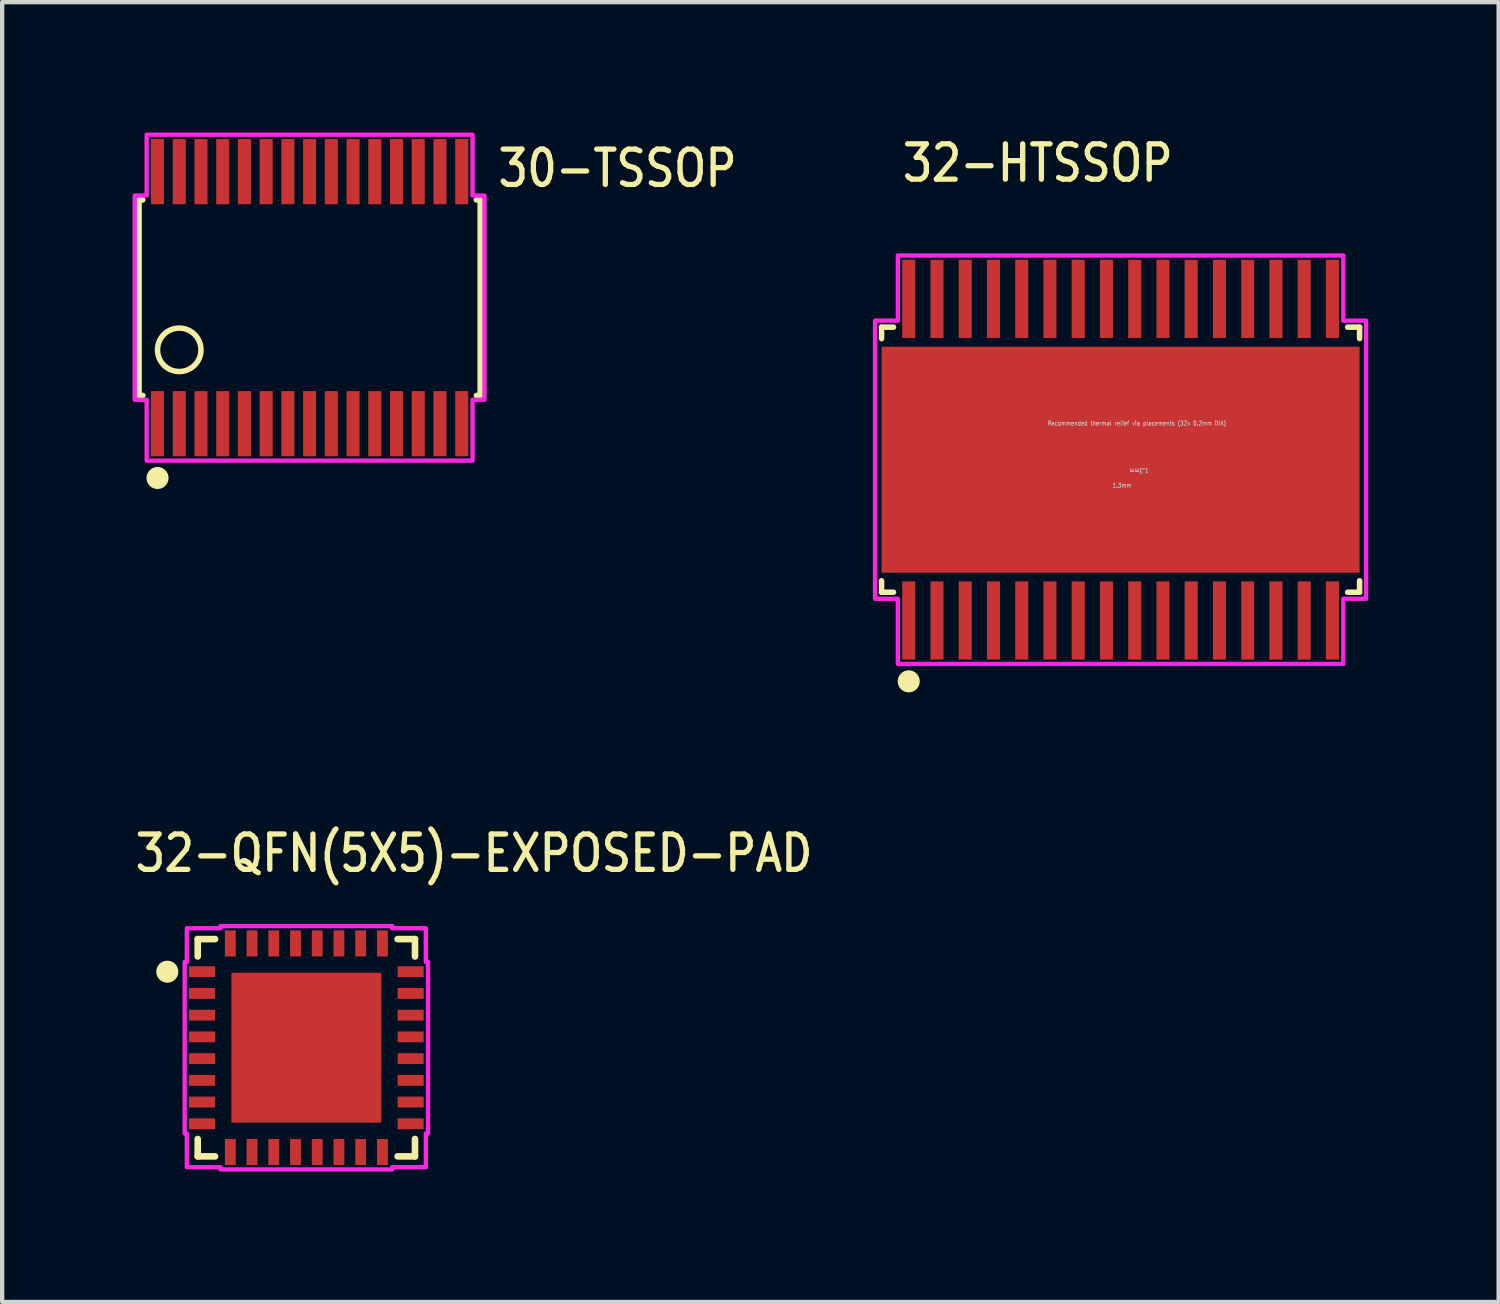
<source format=kicad_pcb>
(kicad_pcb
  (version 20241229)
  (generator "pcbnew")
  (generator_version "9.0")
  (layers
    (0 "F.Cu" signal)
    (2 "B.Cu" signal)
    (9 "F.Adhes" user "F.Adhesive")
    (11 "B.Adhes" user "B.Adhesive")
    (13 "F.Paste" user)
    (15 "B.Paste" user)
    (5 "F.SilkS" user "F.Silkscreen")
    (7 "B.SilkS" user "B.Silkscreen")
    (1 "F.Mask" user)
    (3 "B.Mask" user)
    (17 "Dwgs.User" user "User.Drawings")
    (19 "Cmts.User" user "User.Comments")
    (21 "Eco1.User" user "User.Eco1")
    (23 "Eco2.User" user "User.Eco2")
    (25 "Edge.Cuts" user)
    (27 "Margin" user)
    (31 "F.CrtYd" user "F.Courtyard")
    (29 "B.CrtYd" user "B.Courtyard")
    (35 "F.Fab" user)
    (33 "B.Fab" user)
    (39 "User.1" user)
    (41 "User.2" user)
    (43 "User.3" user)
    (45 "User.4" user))
  (footprint "32-HTSSOP"
    (layer "F.Cu")
    (at 22.737 7.529)
    (property "Reference" "32-HTSSOP" (at -5.08 -6.35 0) (unlocked yes) (layer "F.SilkS") (effects (font (size 0.813 0.695) (thickness 0.122)) (justify left bottom)))
    (fp_poly (pts (xy -2.18 -2.055) (xy 2.18 -2.055) (xy 2.18 2.055) (xy -2.18 2.055)) (stroke (width 0) (type solid)) (fill yes) (layer "F.Mask"))
    (fp_line (start -5.5 -3.05) (end -5.5 -2.787) (stroke (width 0.127) (type solid)) (layer "F.SilkS"))
    (fp_line (start -5.5 2.787) (end -5.5 3.05) (stroke (width 0.127) (type solid)) (layer "F.SilkS"))
    (fp_line (start -5.5 3.05) (end -5.225 3.05) (stroke (width 0.127) (type solid)) (layer "F.SilkS"))
    (fp_line (start -5.225 -3.05) (end -5.5 -3.05) (stroke (width 0.127) (type solid)) (layer "F.SilkS"))
    (fp_line (start 5.225 3.05) (end 5.5 3.05) (stroke (width 0.127) (type solid)) (layer "F.SilkS"))
    (fp_line (start 5.5 -3.05) (end 5.225 -3.05) (stroke (width 0.127) (type solid)) (layer "F.SilkS"))
    (fp_line (start 5.5 -2.787) (end 5.5 -3.05) (stroke (width 0.127) (type solid)) (layer "F.SilkS"))
    (fp_line (start 5.5 3.05) (end 5.5 2.787) (stroke (width 0.127) (type solid)) (layer "F.SilkS"))
    (fp_circle (center -4.875 5.1) (end -4.621 5.1) (stroke (width 0) (type solid)) (fill yes) (layer "F.SilkS"))
    (fp_poly (pts (xy -2.455 -2.315) (xy 2.455 -2.315) (xy 2.455 2.315) (xy -2.455 2.315)) (stroke (width 0) (type solid)) (fill yes) (layer "F.Paste"))
    (fp_line (start -0.65 0.65) (end -0.52 0.52) (stroke (width 0.000009) (type solid)) (layer "Dwgs.User"))
    (fp_line (start -0.65 0.65) (end -0.52 0.78) (stroke (width 0.000009) (type solid)) (layer "Dwgs.User"))
    (fp_line (start -0.65 0.65) (end 0.65 0.65) (stroke (width 0.000009) (type solid)) (layer "Dwgs.User"))
    (fp_line (start 0.65 -0.65) (end 0.52 -0.52) (stroke (width 0.000009) (type solid)) (layer "Dwgs.User"))
    (fp_line (start 0.65 -0.65) (end 0.65 0.65) (stroke (width 0.000009) (type solid)) (layer "Dwgs.User"))
    (fp_line (start 0.65 -0.65) (end 0.78 -0.52) (stroke (width 0.000009) (type solid)) (layer "Dwgs.User"))
    (fp_line (start 0.65 0.65) (end 0.52 0.52) (stroke (width 0.000009) (type solid)) (layer "Dwgs.User"))
    (fp_line (start 0.65 0.65) (end 0.52 0.78) (stroke (width 0.000009) (type solid)) (layer "Dwgs.User"))
    (fp_line (start 0.65 0.65) (end 0.78 0.52) (stroke (width 0.000009) (type solid)) (layer "Dwgs.User"))
    (fp_circle (center -4.55 -1.95) (end -4.45 -1.95) (stroke (width 0.000009) (type solid)) (fill no) (layer "Dwgs.User"))
    (fp_circle (center -4.55 -0.65) (end -4.45 -0.65) (stroke (width 0.000009) (type solid)) (fill no) (layer "Dwgs.User"))
    (fp_circle (center -4.55 0.65) (end -4.45 0.65) (stroke (width 0.000009) (type solid)) (fill no) (layer "Dwgs.User"))
    (fp_circle (center -4.55 1.95) (end -4.45 1.95) (stroke (width 0.000009) (type solid)) (fill no) (layer "Dwgs.User"))
    (fp_circle (center -3.25 -1.95) (end -3.15 -1.95) (stroke (width 0.000009) (type solid)) (fill no) (layer "Dwgs.User"))
    (fp_circle (center -3.25 -0.65) (end -3.15 -0.65) (stroke (width 0.000009) (type solid)) (fill no) (layer "Dwgs.User"))
    (fp_circle (center -3.25 0.65) (end -3.15 0.65) (stroke (width 0.000009) (type solid)) (fill no) (layer "Dwgs.User"))
    (fp_circle (center -3.25 1.95) (end -3.15 1.95) (stroke (width 0.000009) (type solid)) (fill no) (layer "Dwgs.User"))
    (fp_circle (center -1.95 -1.95) (end -1.85 -1.95) (stroke (width 0.000009) (type solid)) (fill no) (layer "Dwgs.User"))
    (fp_circle (center -1.95 -0.65) (end -1.85 -0.65) (stroke (width 0.000009) (type solid)) (fill no) (layer "Dwgs.User"))
    (fp_circle (center -1.95 0.65) (end -1.85 0.65) (stroke (width 0.000009) (type solid)) (fill no) (layer "Dwgs.User"))
    (fp_circle (center -1.95 1.95) (end -1.85 1.95) (stroke (width 0.000009) (type solid)) (fill no) (layer "Dwgs.User"))
    (fp_circle (center -0.65 -1.95) (end -0.55 -1.95) (stroke (width 0.000009) (type solid)) (fill no) (layer "Dwgs.User"))
    (fp_circle (center -0.65 -0.65) (end -0.55 -0.65) (stroke (width 0.000009) (type solid)) (fill no) (layer "Dwgs.User"))
    (fp_circle (center -0.65 0.65) (end -0.55 0.65) (stroke (width 0.000009) (type solid)) (fill no) (layer "Dwgs.User"))
    (fp_circle (center -0.65 1.95) (end -0.55 1.95) (stroke (width 0.000009) (type solid)) (fill no) (layer "Dwgs.User"))
    (fp_circle (center 0.65 -1.95) (end 0.75 -1.95) (stroke (width 0.000009) (type solid)) (fill no) (layer "Dwgs.User"))
    (fp_circle (center 0.65 -0.65) (end 0.75 -0.65) (stroke (width 0.000009) (type solid)) (fill no) (layer "Dwgs.User"))
    (fp_circle (center 0.65 0.65) (end 0.75 0.65) (stroke (width 0.000009) (type solid)) (fill no) (layer "Dwgs.User"))
    (fp_circle (center 0.65 1.95) (end 0.75 1.95) (stroke (width 0.000009) (type solid)) (fill no) (layer "Dwgs.User"))
    (fp_circle (center 1.95 -1.95) (end 2.05 -1.95) (stroke (width 0.000009) (type solid)) (fill no) (layer "Dwgs.User"))
    (fp_circle (center 1.95 -0.65) (end 2.05 -0.65) (stroke (width 0.000009) (type solid)) (fill no) (layer "Dwgs.User"))
    (fp_circle (center 1.95 0.65) (end 2.05 0.65) (stroke (width 0.000009) (type solid)) (fill no) (layer "Dwgs.User"))
    (fp_circle (center 1.95 1.95) (end 2.05 1.95) (stroke (width 0.000009) (type solid)) (fill no) (layer "Dwgs.User"))
    (fp_circle (center 3.25 -1.95) (end 3.35 -1.95) (stroke (width 0.000009) (type solid)) (fill no) (layer "Dwgs.User"))
    (fp_circle (center 3.25 -0.65) (end 3.35 -0.65) (stroke (width 0.000009) (type solid)) (fill no) (layer "Dwgs.User"))
    (fp_circle (center 3.25 0.65) (end 3.35 0.65) (stroke (width 0.000009) (type solid)) (fill no) (layer "Dwgs.User"))
    (fp_circle (center 3.25 1.95) (end 3.35 1.95) (stroke (width 0.000009) (type solid)) (fill no) (layer "Dwgs.User"))
    (fp_circle (center 4.55 -1.95) (end 4.65 -1.95) (stroke (width 0.000009) (type solid)) (fill no) (layer "Dwgs.User"))
    (fp_circle (center 4.55 -0.65) (end 4.65 -0.65) (stroke (width 0.000009) (type solid)) (fill no) (layer "Dwgs.User"))
    (fp_circle (center 4.55 0.65) (end 4.65 0.65) (stroke (width 0.000009) (type solid)) (fill no) (layer "Dwgs.User"))
    (fp_circle (center 4.55 1.95) (end 4.65 1.95) (stroke (width 0.000009) (type solid)) (fill no) (layer "Dwgs.User"))
    (fp_poly (pts (xy -5.65 -3.2) (xy -5.65 3.2) (xy -5.125 3.2) (xy -5.125 4.7) (xy 5.125 4.7) (xy 5.125 3.2) (xy 5.65 3.2) (xy 5.65 -3.2) (xy 5.125 -3.2) (xy 5.125 -4.7) (xy -5.125 -4.7) (xy -5.125 -3.2)) (stroke (width 0.1) (type solid)) (fill no) (layer "F.CrtYd"))
    (fp_text user "1.3mm" (at -0.195 0.65 0) (unlocked yes) (layer "Dwgs.User") (effects (font (size 0.1 0.086) (thickness 0.015)) (justify left bottom)))
    (fp_text user "Recommended thermal relief via placements (32x 0.2mm DIA)" (at -1.69 -0.78 0) (unlocked yes) (layer "Dwgs.User") (effects (font (size 0.1 0.086) (thickness 0.015)) (justify left bottom)))
    (fp_text user "1.3mm" (at 0.65 0.195 180) (unlocked yes) (layer "Dwgs.User") (effects (font (size 0.1 0.086) (thickness 0.015)) (justify left bottom)))
    (pad "1" smd rect (at -4.875 3.7) (size 0.3 1.8) (layers "F.Cu" "F.Mask" "F.Paste"))
    (pad "2" smd rect (at -4.225 3.7) (size 0.3 1.8) (layers "F.Cu" "F.Mask" "F.Paste"))
    (pad "3" smd rect (at -3.575 3.7) (size 0.3 1.8) (layers "F.Cu" "F.Mask" "F.Paste"))
    (pad "4" smd rect (at -2.925 3.7) (size 0.3 1.8) (layers "F.Cu" "F.Mask" "F.Paste"))
    (pad "5" smd rect (at -2.275 3.7) (size 0.3 1.8) (layers "F.Cu" "F.Mask" "F.Paste"))
    (pad "6" smd rect (at -1.625 3.7) (size 0.3 1.8) (layers "F.Cu" "F.Mask" "F.Paste"))
    (pad "7" smd rect (at -0.975 3.7 180) (size 0.3 1.8) (layers "F.Cu" "F.Mask" "F.Paste"))
    (pad "8" smd rect (at -0.325 3.7) (size 0.3 1.8) (layers "F.Cu" "F.Mask" "F.Paste"))
    (pad "9" smd rect (at 0.325 3.7) (size 0.3 1.8) (layers "F.Cu" "F.Mask" "F.Paste"))
    (pad "10" smd rect (at 0.975 3.7) (size 0.3 1.8) (layers "F.Cu" "F.Mask" "F.Paste"))
    (pad "11" smd rect (at 1.625 3.7) (size 0.3 1.8) (layers "F.Cu" "F.Mask" "F.Paste"))
    (pad "12" smd rect (at 2.275 3.7) (size 0.3 1.8) (layers "F.Cu" "F.Mask" "F.Paste"))
    (pad "13" smd rect (at 2.925 3.7) (size 0.3 1.8) (layers "F.Cu" "F.Mask" "F.Paste"))
    (pad "14" smd rect (at 3.575 3.7) (size 0.3 1.8) (layers "F.Cu" "F.Mask" "F.Paste"))
    (pad "15" smd rect (at 4.225 3.7) (size 0.3 1.8) (layers "F.Cu" "F.Mask" "F.Paste"))
    (pad "16" smd rect (at 4.875 3.7) (size 0.3 1.8) (layers "F.Cu" "F.Mask" "F.Paste"))
    (pad "17" smd rect (at 4.875 -3.7) (size 0.3 1.8) (layers "F.Cu" "F.Mask" "F.Paste"))
    (pad "18" smd rect (at 4.225 -3.7) (size 0.3 1.8) (layers "F.Cu" "F.Mask" "F.Paste"))
    (pad "19" smd rect (at 3.575 -3.7) (size 0.3 1.8) (layers "F.Cu" "F.Mask" "F.Paste"))
    (pad "20" smd rect (at 2.925 -3.7) (size 0.3 1.8) (layers "F.Cu" "F.Mask" "F.Paste"))
    (pad "21" smd rect (at 2.275 -3.7) (size 0.3 1.8) (layers "F.Cu" "F.Mask" "F.Paste"))
    (pad "22" smd rect (at 1.625 -3.7) (size 0.3 1.8) (layers "F.Cu" "F.Mask" "F.Paste"))
    (pad "23" smd rect (at 0.975 -3.7) (size 0.3 1.8) (layers "F.Cu" "F.Mask" "F.Paste"))
    (pad "24" smd rect (at 0.325 -3.7) (size 0.3 1.8) (layers "F.Cu" "F.Mask" "F.Paste"))
    (pad "25" smd rect (at -0.325 -3.7) (size 0.3 1.8) (layers "F.Cu" "F.Mask" "F.Paste"))
    (pad "26" smd rect (at -0.975 -3.7) (size 0.3 1.8) (layers "F.Cu" "F.Mask" "F.Paste"))
    (pad "27" smd rect (at -1.625 -3.7) (size 0.3 1.8) (layers "F.Cu" "F.Mask" "F.Paste"))
    (pad "28" smd rect (at -2.275 -3.7) (size 0.3 1.8) (layers "F.Cu" "F.Mask" "F.Paste"))
    (pad "29" smd rect (at -2.925 -3.7) (size 0.3 1.8) (layers "F.Cu" "F.Mask" "F.Paste"))
    (pad "30" smd rect (at -3.575 -3.7) (size 0.3 1.8) (layers "F.Cu" "F.Mask" "F.Paste"))
    (pad "31" smd rect (at -4.225 -3.7) (size 0.3 1.8) (layers "F.Cu" "F.Mask" "F.Paste"))
    (pad "32" smd rect (at -4.875 -3.7) (size 0.3 1.8) (layers "F.Cu" "F.Mask" "F.Paste"))
    (pad "33" smd rect (at 0 0) (size 11 5.2) (layers "F.Cu")))
  (footprint "32-QFN(5X5)-EXPOSED-PAD"
    (layer "F.Cu")
    (at 4 21.061)
    (property "Reference" "32-QFN(5X5)-EXPOSED-PAD" (at -4 -4 0) (unlocked yes) (layer "F.SilkS") (effects (font (size 0.813 0.695) (thickness 0.122)) (justify left bottom)))
    (fp_line (start -2.5 -2.5) (end -2.1 -2.5) (stroke (width 0.152) (type solid)) (layer "F.SilkS"))
    (fp_line (start -2.5 -2.1) (end -2.5 -2.5) (stroke (width 0.152) (type solid)) (layer "F.SilkS"))
    (fp_line (start -2.5 2.5) (end -2.5 2.1) (stroke (width 0.152) (type solid)) (layer "F.SilkS"))
    (fp_line (start -2.1 2.5) (end -2.5 2.5) (stroke (width 0.152) (type solid)) (layer "F.SilkS"))
    (fp_line (start 2.1 -2.5) (end 2.5 -2.5) (stroke (width 0.152) (type solid)) (layer "F.SilkS"))
    (fp_line (start 2.5 -2.5) (end 2.5 -2.1) (stroke (width 0.152) (type solid)) (layer "F.SilkS"))
    (fp_line (start 2.5 2.1) (end 2.5 2.5) (stroke (width 0.152) (type solid)) (layer "F.SilkS"))
    (fp_line (start 2.5 2.5) (end 2.1 2.5) (stroke (width 0.152) (type solid)) (layer "F.SilkS"))
    (fp_circle (center -3.2 -1.75) (end -2.946 -1.75) (stroke (width 0) (type solid)) (fill yes) (layer "F.SilkS"))
    (fp_poly (pts (xy -0.1 -0.1) (xy -0.1 -1.5) (xy -1.5 -1.5) (xy -1.5 -0.1)) (stroke (width 0) (type solid)) (fill yes) (layer "F.Paste"))
    (fp_poly (pts (xy -0.1 1.5) (xy -0.1 0.1) (xy -1.5 0.1) (xy -1.5 1.5)) (stroke (width 0) (type solid)) (fill yes) (layer "F.Paste"))
    (fp_poly (pts (xy 1.5 -0.1) (xy 1.5 -1.5) (xy 0.1 -1.5) (xy 0.1 -0.1)) (stroke (width 0) (type solid)) (fill yes) (layer "F.Paste"))
    (fp_poly (pts (xy 1.5 1.5) (xy 1.5 0.1) (xy 0.1 0.1) (xy 0.1 1.5)) (stroke (width 0) (type solid)) (fill yes) (layer "F.Paste"))
    (fp_poly (pts (xy -2.8 -1.975) (xy -2.75 -1.975) (xy -2.75 -2.75) (xy -1.975 -2.75) (xy -1.975 -2.8) (xy 1.975 -2.8) (xy 1.975 -2.75) (xy 2.75 -2.75) (xy 2.75 -1.975) (xy 2.8 -1.975) (xy 2.8 1.975) (xy 2.75 1.975) (xy 2.75 2.75) (xy 1.975 2.75) (xy 1.975 2.8) (xy -1.975 2.8) (xy -1.975 2.75) (xy -2.75 2.75) (xy -2.75 1.975) (xy -2.8 1.975)) (stroke (width 0.1) (type solid)) (fill no) (layer "F.CrtYd"))
    (pad "1" smd rect (at -2.4 -1.75) (size 0.6 0.25) (layers "F.Cu" "F.Mask" "F.Paste"))
    (pad "2" smd rect (at -2.4 -1.25) (size 0.6 0.25) (layers "F.Cu" "F.Mask" "F.Paste"))
    (pad "3" smd rect (at -2.4 -0.75) (size 0.6 0.25) (layers "F.Cu" "F.Mask" "F.Paste"))
    (pad "4" smd rect (at -2.4 -0.25) (size 0.6 0.25) (layers "F.Cu" "F.Mask" "F.Paste"))
    (pad "5" smd rect (at -2.4 0.25) (size 0.6 0.25) (layers "F.Cu" "F.Mask" "F.Paste"))
    (pad "6" smd rect (at -2.4 0.75) (size 0.6 0.25) (layers "F.Cu" "F.Mask" "F.Paste"))
    (pad "7" smd rect (at -2.4 1.25) (size 0.6 0.25) (layers "F.Cu" "F.Mask" "F.Paste"))
    (pad "8" smd rect (at -2.4 1.75) (size 0.6 0.25) (layers "F.Cu" "F.Mask" "F.Paste"))
    (pad "9" smd rect (at -1.75 2.4 90) (size 0.6 0.25) (layers "F.Cu" "F.Mask" "F.Paste"))
    (pad "10" smd rect (at -1.25 2.4 90) (size 0.6 0.25) (layers "F.Cu" "F.Mask" "F.Paste"))
    (pad "11" smd rect (at -0.75 2.4 90) (size 0.6 0.25) (layers "F.Cu" "F.Mask" "F.Paste"))
    (pad "12" smd rect (at -0.25 2.4 90) (size 0.6 0.25) (layers "F.Cu" "F.Mask" "F.Paste"))
    (pad "13" smd rect (at 0.25 2.4 90) (size 0.6 0.25) (layers "F.Cu" "F.Mask" "F.Paste"))
    (pad "14" smd rect (at 0.75 2.4 90) (size 0.6 0.25) (layers "F.Cu" "F.Mask" "F.Paste"))
    (pad "15" smd rect (at 1.25 2.4 90) (size 0.6 0.25) (layers "F.Cu" "F.Mask" "F.Paste"))
    (pad "16" smd rect (at 1.75 2.4 90) (size 0.6 0.25) (layers "F.Cu" "F.Mask" "F.Paste"))
    (pad "17" smd rect (at 2.4 1.75 180) (size 0.6 0.25) (layers "F.Cu" "F.Mask" "F.Paste"))
    (pad "18" smd rect (at 2.4 1.25 180) (size 0.6 0.25) (layers "F.Cu" "F.Mask" "F.Paste"))
    (pad "19" smd rect (at 2.4 0.75 180) (size 0.6 0.25) (layers "F.Cu" "F.Mask" "F.Paste"))
    (pad "20" smd rect (at 2.4 0.25 180) (size 0.6 0.25) (layers "F.Cu" "F.Mask" "F.Paste"))
    (pad "21" smd rect (at 2.4 -0.25 180) (size 0.6 0.25) (layers "F.Cu" "F.Mask" "F.Paste"))
    (pad "22" smd rect (at 2.4 -0.75 180) (size 0.6 0.25) (layers "F.Cu" "F.Mask" "F.Paste"))
    (pad "23" smd rect (at 2.4 -1.25 180) (size 0.6 0.25) (layers "F.Cu" "F.Mask" "F.Paste"))
    (pad "24" smd rect (at 2.4 -1.75 180) (size 0.6 0.25) (layers "F.Cu" "F.Mask" "F.Paste"))
    (pad "25" smd rect (at 1.75 -2.4 270) (size 0.6 0.25) (layers "F.Cu" "F.Mask" "F.Paste"))
    (pad "26" smd rect (at 1.25 -2.4 270) (size 0.6 0.25) (layers "F.Cu" "F.Mask" "F.Paste"))
    (pad "27" smd rect (at 0.75 -2.4 270) (size 0.6 0.25) (layers "F.Cu" "F.Mask" "F.Paste"))
    (pad "28" smd rect (at 0.25 -2.4 270) (size 0.6 0.25) (layers "F.Cu" "F.Mask" "F.Paste"))
    (pad "29" smd rect (at -0.25 -2.4 270) (size 0.6 0.25) (layers "F.Cu" "F.Mask" "F.Paste"))
    (pad "30" smd rect (at -0.75 -2.4 270) (size 0.6 0.25) (layers "F.Cu" "F.Mask" "F.Paste"))
    (pad "31" smd rect (at -1.25 -2.4 270) (size 0.6 0.25) (layers "F.Cu" "F.Mask" "F.Paste"))
    (pad "32" smd rect (at -1.75 -2.4 270) (size 0.6 0.25) (layers "F.Cu" "F.Mask" "F.Paste"))
    (pad "33" smd rect (at 0 0) (size 3.45 3.45) (layers "F.Cu" "F.Mask")))
  (footprint "30-TSSOP"
    (layer "F.Cu")
    (at 4.075 3.8)
    (property "Reference" "30-TSSOP" (at 4.275 -2.5 0) (unlocked yes) (layer "F.SilkS") (effects (font (size 0.813 0.695) (thickness 0.122)) (justify left bottom)))
    (fp_line (start -3.925 -2.25) (end -3.837 -2.25) (stroke (width 0.127) (type solid)) (layer "F.SilkS"))
    (fp_line (start -3.925 2.25) (end -3.925 -2.25) (stroke (width 0.127) (type solid)) (layer "F.SilkS"))
    (fp_line (start -3.925 2.25) (end -3.837 2.25) (stroke (width 0.127) (type solid)) (layer "F.SilkS"))
    (fp_line (start 3.837 -2.25) (end 3.925 -2.25) (stroke (width 0.127) (type solid)) (layer "F.SilkS"))
    (fp_line (start 3.837 2.25) (end 3.925 2.25) (stroke (width 0.127) (type solid)) (layer "F.SilkS"))
    (fp_line (start 3.925 -2.25) (end 3.925 2.25) (stroke (width 0.127) (type solid)) (layer "F.SilkS"))
    (fp_circle (center -3.5 4.15) (end -3.246 4.15) (stroke (width 0) (type solid)) (fill yes) (layer "F.SilkS"))
    (fp_circle (center -3 1.2) (end -2.5 1.2) (stroke (width 0.127) (type solid)) (fill no) (layer "F.SilkS"))
    (fp_poly (pts (xy -3.75 -3.75) (xy 3.75 -3.75) (xy 3.75 -2.35) (xy 4.025 -2.35) (xy 4.025 2.35) (xy 3.75 2.35) (xy 3.75 3.75) (xy -3.75 3.75) (xy -3.75 2.35) (xy -4.025 2.35) (xy -4.025 -2.35) (xy -3.75 -2.35)) (stroke (width 0.1) (type solid)) (fill no) (layer "F.CrtYd"))
    (pad "1" smd rect (at -3.5 2.9) (size 0.3 1.5) (layers "F.Cu" "F.Mask" "F.Paste"))
    (pad "2" smd rect (at -3 2.9) (size 0.3 1.5) (layers "F.Cu" "F.Mask" "F.Paste"))
    (pad "3" smd rect (at -2.5 2.9) (size 0.3 1.5) (layers "F.Cu" "F.Mask" "F.Paste"))
    (pad "4" smd rect (at -2 2.9) (size 0.3 1.5) (layers "F.Cu" "F.Mask" "F.Paste"))
    (pad "5" smd rect (at -1.5 2.9) (size 0.3 1.5) (layers "F.Cu" "F.Mask" "F.Paste"))
    (pad "6" smd rect (at -1 2.9) (size 0.3 1.5) (layers "F.Cu" "F.Mask" "F.Paste"))
    (pad "7" smd rect (at -0.5 2.9) (size 0.3 1.5) (layers "F.Cu" "F.Mask" "F.Paste"))
    (pad "8" smd rect (at 0 2.9) (size 0.3 1.5) (layers "F.Cu" "F.Mask" "F.Paste"))
    (pad "9" smd rect (at 0.5 2.9) (size 0.3 1.5) (layers "F.Cu" "F.Mask" "F.Paste"))
    (pad "10" smd rect (at 1 2.9) (size 0.3 1.5) (layers "F.Cu" "F.Mask" "F.Paste"))
    (pad "11" smd rect (at 1.5 2.9) (size 0.3 1.5) (layers "F.Cu" "F.Mask" "F.Paste"))
    (pad "12" smd rect (at 2 2.9) (size 0.3 1.5) (layers "F.Cu" "F.Mask" "F.Paste"))
    (pad "13" smd rect (at 2.5 2.9) (size 0.3 1.5) (layers "F.Cu" "F.Mask" "F.Paste"))
    (pad "14" smd rect (at 3 2.9) (size 0.3 1.5) (layers "F.Cu" "F.Mask" "F.Paste"))
    (pad "15" smd rect (at 3.5 2.9) (size 0.3 1.5) (layers "F.Cu" "F.Mask" "F.Paste"))
    (pad "16" smd rect (at 3.5 -2.9) (size 0.3 1.5) (layers "F.Cu" "F.Mask" "F.Paste"))
    (pad "17" smd rect (at 3 -2.9) (size 0.3 1.5) (layers "F.Cu" "F.Mask" "F.Paste"))
    (pad "18" smd rect (at 2.5 -2.9) (size 0.3 1.5) (layers "F.Cu" "F.Mask" "F.Paste"))
    (pad "19" smd rect (at 2 -2.9) (size 0.3 1.5) (layers "F.Cu" "F.Mask" "F.Paste"))
    (pad "20" smd rect (at 1.5 -2.9) (size 0.3 1.5) (layers "F.Cu" "F.Mask" "F.Paste"))
    (pad "21" smd rect (at 1 -2.9) (size 0.3 1.5) (layers "F.Cu" "F.Mask" "F.Paste"))
    (pad "22" smd rect (at 0.5 -2.9) (size 0.3 1.5) (layers "F.Cu" "F.Mask" "F.Paste"))
    (pad "23" smd rect (at 0 -2.9) (size 0.3 1.5) (layers "F.Cu" "F.Mask" "F.Paste"))
    (pad "24" smd rect (at -0.5 -2.9) (size 0.3 1.5) (layers "F.Cu" "F.Mask" "F.Paste"))
    (pad "25" smd rect (at -1 -2.9) (size 0.3 1.5) (layers "F.Cu" "F.Mask" "F.Paste"))
    (pad "26" smd rect (at -1.5 -2.9) (size 0.3 1.5) (layers "F.Cu" "F.Mask" "F.Paste"))
    (pad "27" smd rect (at -2 -2.9) (size 0.3 1.5) (layers "F.Cu" "F.Mask" "F.Paste"))
    (pad "28" smd rect (at -2.5 -2.9) (size 0.3 1.5) (layers "F.Cu" "F.Mask" "F.Paste"))
    (pad "29" smd rect (at -3 -2.9) (size 0.3 1.5) (layers "F.Cu" "F.Mask" "F.Paste"))
    (pad "30" smd rect (at -3.5 -2.9) (size 0.3 1.5) (layers "F.Cu" "F.Mask" "F.Paste")))
  (gr_rect
    (start -3 -3)
    (end 31.437 26.911)
    (stroke (width 0.1) (type default))
    (fill no)
    (layer "Edge.Cuts")))
</source>
